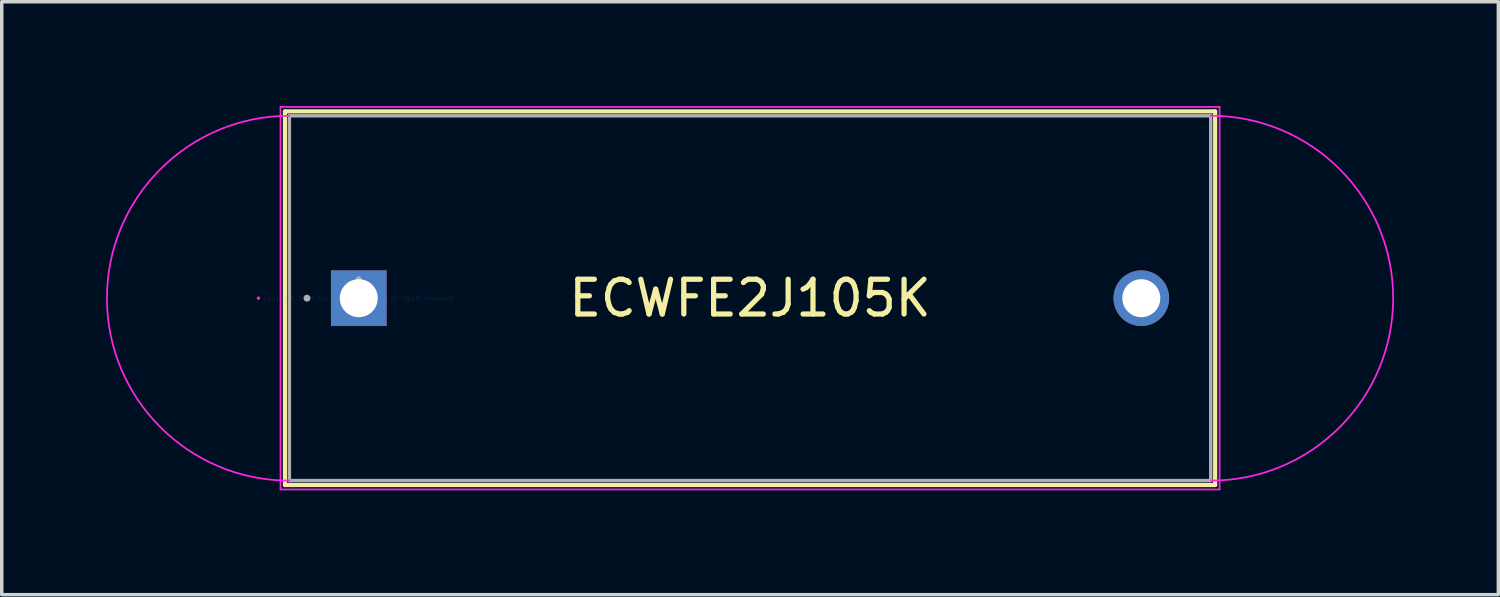
<source format=kicad_pcb>
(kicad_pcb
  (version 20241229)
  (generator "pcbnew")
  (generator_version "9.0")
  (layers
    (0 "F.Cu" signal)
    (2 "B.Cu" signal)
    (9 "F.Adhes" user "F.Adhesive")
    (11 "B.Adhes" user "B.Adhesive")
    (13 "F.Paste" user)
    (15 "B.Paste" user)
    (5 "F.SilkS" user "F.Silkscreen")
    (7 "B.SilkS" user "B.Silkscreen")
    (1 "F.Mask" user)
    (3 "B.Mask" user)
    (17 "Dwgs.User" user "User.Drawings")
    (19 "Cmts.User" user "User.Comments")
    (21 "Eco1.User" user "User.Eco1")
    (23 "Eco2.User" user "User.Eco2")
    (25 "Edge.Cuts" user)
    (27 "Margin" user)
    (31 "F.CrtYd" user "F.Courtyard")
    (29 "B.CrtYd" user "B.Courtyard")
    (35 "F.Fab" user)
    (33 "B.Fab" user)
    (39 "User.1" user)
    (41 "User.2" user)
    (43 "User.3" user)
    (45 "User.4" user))
  (footprint "ECWFE2J105K"
    (layer "F.Cu")
    (at 7.266 5.524)
    (property "Reference" "ECWFE2J105K" (at 11.25 0 0) (layer "F.SilkS") (effects (font (size 1 1) (thickness 0.15))))
    (attr through_hole)
    (fp_line (start -2.123 -5.372) (end -2.123 5.372) (stroke (width 0.12) (type solid)) (layer "F.SilkS"))
    (fp_line (start 24.623 -5.372) (end -2.123 -5.372) (stroke (width 0.12) (type solid)) (layer "F.SilkS"))
    (fp_line (start 24.623 -5.372) (end 24.623 5.372) (stroke (width 0.12) (type solid)) (layer "F.SilkS"))
    (fp_line (start 24.623 5.372) (end -2.123 5.372) (stroke (width 0.12) (type solid)) (layer "F.SilkS"))
    (fp_line (start -2.25 -5.499) (end 24.75 -5.499) (stroke (width 0.05) (type solid)) (layer "F.CrtYd"))
    (fp_line (start -2.25 5.499) (end -2.25 -5.499) (stroke (width 0.05) (type solid)) (layer "F.CrtYd"))
    (fp_line (start 24.75 -5.499) (end 24.75 5.499) (stroke (width 0.05) (type solid)) (layer "F.CrtYd"))
    (fp_line (start 24.75 5.499) (end -2.25 5.499) (stroke (width 0.05) (type solid)) (layer "F.CrtYd"))
    (fp_arc (start -1.9961 5.2451) (mid -7.2412 0) (end -1.9961 -5.2451) (stroke (width 0.05) (type solid)) (layer "F.CrtYd"))
    (fp_arc (start 24.4961 -5.2451) (mid 29.7412 0) (end 24.4961 5.2451) (stroke (width 0.05) (type solid)) (layer "F.CrtYd"))
    (fp_circle (center -2.885 0) (end -2.885 0) (stroke (width 0.05) (type solid)) (fill no) (layer "F.CrtYd"))
    (fp_line (start -1.996 -5.245) (end -1.996 5.245) (stroke (width 0.1) (type solid)) (layer "F.Fab"))
    (fp_line (start 24.496 -5.245) (end -1.996 -5.245) (stroke (width 0.1) (type solid)) (layer "F.Fab"))
    (fp_line (start 24.496 -5.245) (end 24.496 5.245) (stroke (width 0.1) (type solid)) (layer "F.Fab"))
    (fp_line (start 24.496 5.245) (end -1.996 5.245) (stroke (width 0.1) (type solid)) (layer "F.Fab"))
    (fp_circle (center -1.488 0) (end -1.488 0) (stroke (width 0.1) (type solid)) (fill no) (layer "F.Fab"))
    (fp_text user "*" (at 0 0 0) (layer "F.SilkS") (effects (font (size 1 1) (thickness 0.15))))
    (fp_text user "Copyright 2021 Accelerated Designs. All rights reserved." (at 0 0 0) (layer "Cmts.User") (effects (font (size 0.127 0.127) (thickness 0.002))))
    (fp_text user "*" (at 0 0 0) (layer "F.Fab") (effects (font (size 1 1) (thickness 0.15))))
    (pad "1" thru_hole rect (at 0 0) (size 1.6 1.6) (drill 1.092) (layers "*.Cu" "*.Mask"))
    (pad "2" thru_hole circle (at 22.5 0) (size 1.6 1.6) (drill 1.092) (layers "*.Cu" "*.Mask")))
  (gr_rect
    (start -3 -3)
    (end 40.032 14.048)
    (stroke (width 0.1) (type default))
    (fill no)
    (layer "Edge.Cuts")))
</source>
